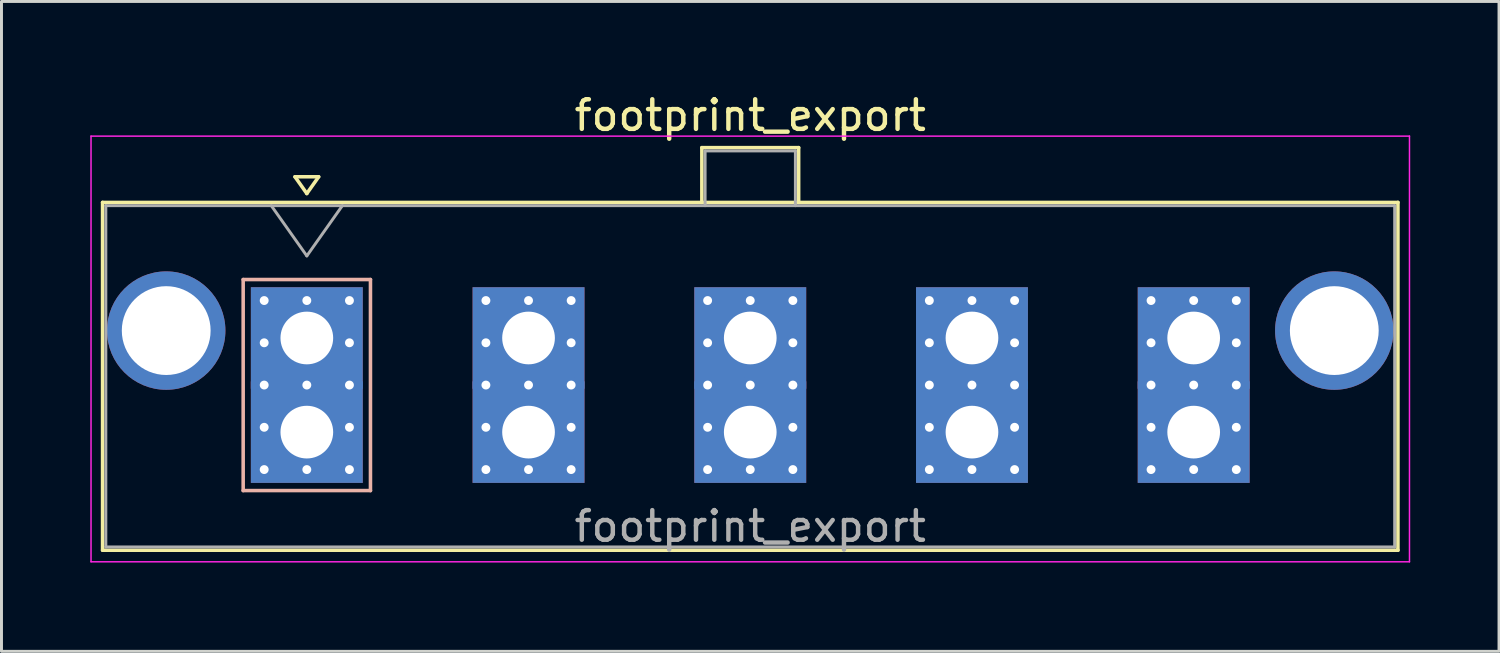
<source format=kicad_pcb>
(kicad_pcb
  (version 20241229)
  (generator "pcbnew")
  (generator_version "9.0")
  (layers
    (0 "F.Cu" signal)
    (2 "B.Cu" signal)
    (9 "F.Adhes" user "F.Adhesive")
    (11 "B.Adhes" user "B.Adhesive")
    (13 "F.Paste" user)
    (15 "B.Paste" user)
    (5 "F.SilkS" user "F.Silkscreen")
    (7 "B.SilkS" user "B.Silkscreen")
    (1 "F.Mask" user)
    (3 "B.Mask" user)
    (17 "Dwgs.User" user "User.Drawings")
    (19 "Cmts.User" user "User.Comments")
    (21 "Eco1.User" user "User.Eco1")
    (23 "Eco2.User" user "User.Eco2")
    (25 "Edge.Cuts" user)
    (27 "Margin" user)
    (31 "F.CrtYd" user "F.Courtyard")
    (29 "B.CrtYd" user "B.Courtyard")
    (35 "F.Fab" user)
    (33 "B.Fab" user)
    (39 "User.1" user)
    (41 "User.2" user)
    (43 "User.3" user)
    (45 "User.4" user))
  (footprint "footprint_export"
    (layer "F.Cu")
    (at 7.315 11.548)
    (property "Reference" "footprint_export" (at 14.98 -10.7 0) (layer "F.SilkS") (effects (font (size 1 1) (thickness 0.15))))
    (attr through_hole)
    (fp_line (start -6.9 -7.76) (end -6.9 3.99) (stroke (width 0.12) (type solid)) (layer "F.SilkS"))
    (fp_line (start -6.9 3.99) (end 36.86 3.99) (stroke (width 0.12) (type solid)) (layer "F.SilkS"))
    (fp_line (start -0.4 -8.626) (end 0 -8.06) (stroke (width 0.12) (type solid)) (layer "F.SilkS"))
    (fp_line (start 0 -8.06) (end 0.4 -8.626) (stroke (width 0.12) (type solid)) (layer "F.SilkS"))
    (fp_line (start 0.4 -8.626) (end -0.4 -8.626) (stroke (width 0.12) (type solid)) (layer "F.SilkS"))
    (fp_line (start 13.345 -9.61) (end 16.615 -9.61) (stroke (width 0.12) (type solid)) (layer "F.SilkS"))
    (fp_line (start 13.345 -7.76) (end 13.345 -9.61) (stroke (width 0.12) (type solid)) (layer "F.SilkS"))
    (fp_line (start 16.615 -9.61) (end 16.615 -7.76) (stroke (width 0.12) (type solid)) (layer "F.SilkS"))
    (fp_line (start 36.86 -7.76) (end -6.9 -7.76) (stroke (width 0.12) (type solid)) (layer "F.SilkS"))
    (fp_line (start 36.86 3.99) (end 36.86 -7.76) (stroke (width 0.12) (type solid)) (layer "F.SilkS"))
    (fp_line (start -2.15 -5.155) (end -2.15 1.975) (stroke (width 0.12) (type solid)) (layer "B.SilkS"))
    (fp_line (start -2.15 1.975) (end 2.15 1.975) (stroke (width 0.12) (type solid)) (layer "B.SilkS"))
    (fp_line (start 2.15 -5.155) (end -2.15 -5.155) (stroke (width 0.12) (type solid)) (layer "B.SilkS"))
    (fp_line (start 2.15 1.975) (end 2.15 -5.155) (stroke (width 0.12) (type solid)) (layer "B.SilkS"))
    (fp_line (start -7.29 -10) (end -7.29 4.38) (stroke (width 0.05) (type solid)) (layer "F.CrtYd"))
    (fp_line (start -7.29 4.38) (end 37.25 4.38) (stroke (width 0.05) (type solid)) (layer "F.CrtYd"))
    (fp_line (start 37.25 -10) (end -7.29 -10) (stroke (width 0.05) (type solid)) (layer "F.CrtYd"))
    (fp_line (start 37.25 4.38) (end 37.25 -10) (stroke (width 0.05) (type solid)) (layer "F.CrtYd"))
    (fp_line (start -6.79 -7.65) (end -6.79 3.88) (stroke (width 0.1) (type solid)) (layer "F.Fab"))
    (fp_line (start -6.79 3.88) (end 36.75 3.88) (stroke (width 0.1) (type solid)) (layer "F.Fab"))
    (fp_line (start -1.2 -7.65) (end 0 -5.953) (stroke (width 0.1) (type solid)) (layer "F.Fab"))
    (fp_line (start 0 -5.953) (end 1.2 -7.65) (stroke (width 0.1) (type solid)) (layer "F.Fab"))
    (fp_line (start 13.455 -9.5) (end 16.505 -9.5) (stroke (width 0.1) (type solid)) (layer "F.Fab"))
    (fp_line (start 13.455 -7.65) (end 13.455 -9.5) (stroke (width 0.1) (type solid)) (layer "F.Fab"))
    (fp_line (start 16.505 -9.5) (end 16.505 -7.65) (stroke (width 0.1) (type solid)) (layer "F.Fab"))
    (fp_line (start 36.75 -7.65) (end -6.79 -7.65) (stroke (width 0.1) (type solid)) (layer "F.Fab"))
    (fp_line (start 36.75 3.88) (end 36.75 -7.65) (stroke (width 0.1) (type solid)) (layer "F.Fab"))
    (fp_text user "${REFERENCE}" (at 14.98 3.18 0) (layer "F.Fab") (effects (font (size 1 1) (thickness 0.15))))
    (pad "" thru_hole circle (at -4.75 -3.43) (size 4 4) (drill 3) (layers "*.Cu" "*.Mask"))
    (pad "" thru_hole circle (at 34.71 -3.43) (size 4 4) (drill 3) (layers "*.Cu" "*.Mask"))
    (pad "1" thru_hole rect (at -1.44 -4.445) (size 0.6 0.6) (drill 0.3) (layers "*.Cu" "*.Mask"))
    (pad "1" thru_hole rect (at -1.44 -3.018) (size 0.6 0.6) (drill 0.3) (layers "*.Cu" "*.Mask"))
    (pad "1" thru_hole rect (at -1.44 -1.59) (size 0.6 0.6) (drill 0.3) (layers "*.Cu" "*.Mask"))
    (pad "1" thru_hole rect (at -1.44 -0.163) (size 0.6 0.6) (drill 0.3) (layers "*.Cu" "*.Mask"))
    (pad "1" thru_hole rect (at -1.44 1.265) (size 0.6 0.6) (drill 0.3) (layers "*.Cu" "*.Mask"))
    (pad "1" thru_hole rect (at 0 -4.445) (size 0.6 0.6) (drill 0.3) (layers "*.Cu" "*.Mask"))
    (pad "1" thru_hole rect (at 0 -3.18) (size 3.78 3.43) (drill 1.78) (layers "*.Cu" "*.Mask"))
    (pad "1" thru_hole rect (at 0 -1.59) (size 0.6 0.6) (drill 0.3) (layers "*.Cu" "*.Mask"))
    (pad "1" thru_hole rect (at 0 0) (size 3.78 3.43) (drill 1.78) (layers "*.Cu" "*.Mask"))
    (pad "1" thru_hole rect (at 0 1.265) (size 0.6 0.6) (drill 0.3) (layers "*.Cu" "*.Mask"))
    (pad "1" thru_hole rect (at 1.44 -4.445) (size 0.6 0.6) (drill 0.3) (layers "*.Cu" "*.Mask"))
    (pad "1" thru_hole rect (at 1.44 -3.018) (size 0.6 0.6) (drill 0.3) (layers "*.Cu" "*.Mask"))
    (pad "1" thru_hole rect (at 1.44 -1.59) (size 0.6 0.6) (drill 0.3) (layers "*.Cu" "*.Mask"))
    (pad "1" thru_hole rect (at 1.44 -0.163) (size 0.6 0.6) (drill 0.3) (layers "*.Cu" "*.Mask"))
    (pad "1" thru_hole rect (at 1.44 1.265) (size 0.6 0.6) (drill 0.3) (layers "*.Cu" "*.Mask"))
    (pad "2" thru_hole circle (at 6.05 -4.445) (size 0.6 0.6) (drill 0.3) (layers "*.Cu" "*.Mask"))
    (pad "2" thru_hole circle (at 6.05 -3.018) (size 0.6 0.6) (drill 0.3) (layers "*.Cu" "*.Mask"))
    (pad "2" thru_hole circle (at 6.05 -1.59) (size 0.6 0.6) (drill 0.3) (layers "*.Cu" "*.Mask"))
    (pad "2" thru_hole circle (at 6.05 -0.163) (size 0.6 0.6) (drill 0.3) (layers "*.Cu" "*.Mask"))
    (pad "2" thru_hole circle (at 6.05 1.265) (size 0.6 0.6) (drill 0.3) (layers "*.Cu" "*.Mask"))
    (pad "2" thru_hole circle (at 7.49 -4.445) (size 0.6 0.6) (drill 0.3) (layers "*.Cu" "*.Mask"))
    (pad "2" thru_hole rect (at 7.49 -3.18) (size 3.78 3.43) (drill 1.78) (layers "*.Cu" "*.Mask"))
    (pad "2" thru_hole circle (at 7.49 -1.59) (size 0.6 0.6) (drill 0.3) (layers "*.Cu" "*.Mask"))
    (pad "2" thru_hole rect (at 7.49 0) (size 3.78 3.43) (drill 1.78) (layers "*.Cu" "*.Mask"))
    (pad "2" thru_hole circle (at 7.49 1.265) (size 0.6 0.6) (drill 0.3) (layers "*.Cu" "*.Mask"))
    (pad "2" thru_hole circle (at 8.93 -4.445) (size 0.6 0.6) (drill 0.3) (layers "*.Cu" "*.Mask"))
    (pad "2" thru_hole circle (at 8.93 -3.018) (size 0.6 0.6) (drill 0.3) (layers "*.Cu" "*.Mask"))
    (pad "2" thru_hole circle (at 8.93 -1.59) (size 0.6 0.6) (drill 0.3) (layers "*.Cu" "*.Mask"))
    (pad "2" thru_hole circle (at 8.93 -0.163) (size 0.6 0.6) (drill 0.3) (layers "*.Cu" "*.Mask"))
    (pad "2" thru_hole circle (at 8.93 1.265) (size 0.6 0.6) (drill 0.3) (layers "*.Cu" "*.Mask"))
    (pad "3" thru_hole circle (at 13.54 -4.445) (size 0.6 0.6) (drill 0.3) (layers "*.Cu" "*.Mask"))
    (pad "3" thru_hole circle (at 13.54 -3.018) (size 0.6 0.6) (drill 0.3) (layers "*.Cu" "*.Mask"))
    (pad "3" thru_hole circle (at 13.54 -1.59) (size 0.6 0.6) (drill 0.3) (layers "*.Cu" "*.Mask"))
    (pad "3" thru_hole circle (at 13.54 -0.163) (size 0.6 0.6) (drill 0.3) (layers "*.Cu" "*.Mask"))
    (pad "3" thru_hole circle (at 13.54 1.265) (size 0.6 0.6) (drill 0.3) (layers "*.Cu" "*.Mask"))
    (pad "3" thru_hole circle (at 14.98 -4.445) (size 0.6 0.6) (drill 0.3) (layers "*.Cu" "*.Mask"))
    (pad "3" thru_hole rect (at 14.98 -3.18) (size 3.78 3.43) (drill 1.78) (layers "*.Cu" "*.Mask"))
    (pad "3" thru_hole circle (at 14.98 -1.59) (size 0.6 0.6) (drill 0.3) (layers "*.Cu" "*.Mask"))
    (pad "3" thru_hole rect (at 14.98 0) (size 3.78 3.43) (drill 1.78) (layers "*.Cu" "*.Mask"))
    (pad "3" thru_hole circle (at 14.98 1.265) (size 0.6 0.6) (drill 0.3) (layers "*.Cu" "*.Mask"))
    (pad "3" thru_hole circle (at 16.42 -4.445) (size 0.6 0.6) (drill 0.3) (layers "*.Cu" "*.Mask"))
    (pad "3" thru_hole circle (at 16.42 -3.018) (size 0.6 0.6) (drill 0.3) (layers "*.Cu" "*.Mask"))
    (pad "3" thru_hole circle (at 16.42 -1.59) (size 0.6 0.6) (drill 0.3) (layers "*.Cu" "*.Mask"))
    (pad "3" thru_hole circle (at 16.42 -0.163) (size 0.6 0.6) (drill 0.3) (layers "*.Cu" "*.Mask"))
    (pad "3" thru_hole circle (at 16.42 1.265) (size 0.6 0.6) (drill 0.3) (layers "*.Cu" "*.Mask"))
    (pad "4" thru_hole circle (at 21.03 -4.445) (size 0.6 0.6) (drill 0.3) (layers "*.Cu" "*.Mask"))
    (pad "4" thru_hole circle (at 21.03 -3.018) (size 0.6 0.6) (drill 0.3) (layers "*.Cu" "*.Mask"))
    (pad "4" thru_hole circle (at 21.03 -1.59) (size 0.6 0.6) (drill 0.3) (layers "*.Cu" "*.Mask"))
    (pad "4" thru_hole circle (at 21.03 -0.163) (size 0.6 0.6) (drill 0.3) (layers "*.Cu" "*.Mask"))
    (pad "4" thru_hole circle (at 21.03 1.265) (size 0.6 0.6) (drill 0.3) (layers "*.Cu" "*.Mask"))
    (pad "4" thru_hole circle (at 22.47 -4.445) (size 0.6 0.6) (drill 0.3) (layers "*.Cu" "*.Mask"))
    (pad "4" thru_hole rect (at 22.47 -3.18) (size 3.78 3.43) (drill 1.78) (layers "*.Cu" "*.Mask"))
    (pad "4" thru_hole circle (at 22.47 -1.59) (size 0.6 0.6) (drill 0.3) (layers "*.Cu" "*.Mask"))
    (pad "4" thru_hole rect (at 22.47 0) (size 3.78 3.43) (drill 1.78) (layers "*.Cu" "*.Mask"))
    (pad "4" thru_hole circle (at 22.47 1.265) (size 0.6 0.6) (drill 0.3) (layers "*.Cu" "*.Mask"))
    (pad "4" thru_hole circle (at 23.91 -4.445) (size 0.6 0.6) (drill 0.3) (layers "*.Cu" "*.Mask"))
    (pad "4" thru_hole circle (at 23.91 -3.018) (size 0.6 0.6) (drill 0.3) (layers "*.Cu" "*.Mask"))
    (pad "4" thru_hole circle (at 23.91 -1.59) (size 0.6 0.6) (drill 0.3) (layers "*.Cu" "*.Mask"))
    (pad "4" thru_hole circle (at 23.91 -0.163) (size 0.6 0.6) (drill 0.3) (layers "*.Cu" "*.Mask"))
    (pad "4" thru_hole circle (at 23.91 1.265) (size 0.6 0.6) (drill 0.3) (layers "*.Cu" "*.Mask"))
    (pad "5" thru_hole circle (at 28.52 -4.445) (size 0.6 0.6) (drill 0.3) (layers "*.Cu" "*.Mask"))
    (pad "5" thru_hole circle (at 28.52 -3.018) (size 0.6 0.6) (drill 0.3) (layers "*.Cu" "*.Mask"))
    (pad "5" thru_hole circle (at 28.52 -1.59) (size 0.6 0.6) (drill 0.3) (layers "*.Cu" "*.Mask"))
    (pad "5" thru_hole circle (at 28.52 -0.163) (size 0.6 0.6) (drill 0.3) (layers "*.Cu" "*.Mask"))
    (pad "5" thru_hole circle (at 28.52 1.265) (size 0.6 0.6) (drill 0.3) (layers "*.Cu" "*.Mask"))
    (pad "5" thru_hole circle (at 29.96 -4.445) (size 0.6 0.6) (drill 0.3) (layers "*.Cu" "*.Mask"))
    (pad "5" thru_hole rect (at 29.96 -3.18) (size 3.78 3.43) (drill 1.78) (layers "*.Cu" "*.Mask"))
    (pad "5" thru_hole circle (at 29.96 -1.59) (size 0.6 0.6) (drill 0.3) (layers "*.Cu" "*.Mask"))
    (pad "5" thru_hole rect (at 29.96 0) (size 3.78 3.43) (drill 1.78) (layers "*.Cu" "*.Mask"))
    (pad "5" thru_hole circle (at 29.96 1.265) (size 0.6 0.6) (drill 0.3) (layers "*.Cu" "*.Mask"))
    (pad "5" thru_hole circle (at 31.4 -4.445) (size 0.6 0.6) (drill 0.3) (layers "*.Cu" "*.Mask"))
    (pad "5" thru_hole circle (at 31.4 -3.018) (size 0.6 0.6) (drill 0.3) (layers "*.Cu" "*.Mask"))
    (pad "5" thru_hole circle (at 31.4 -1.59) (size 0.6 0.6) (drill 0.3) (layers "*.Cu" "*.Mask"))
    (pad "5" thru_hole circle (at 31.4 -0.163) (size 0.6 0.6) (drill 0.3) (layers "*.Cu" "*.Mask"))
    (pad "5" thru_hole circle (at 31.4 1.265) (size 0.6 0.6) (drill 0.3) (layers "*.Cu" "*.Mask")))
  (gr_rect
    (start -3 -3)
    (end 47.59 18.953)
    (stroke (width 0.1) (type default))
    (fill no)
    (layer "Edge.Cuts")))
</source>
